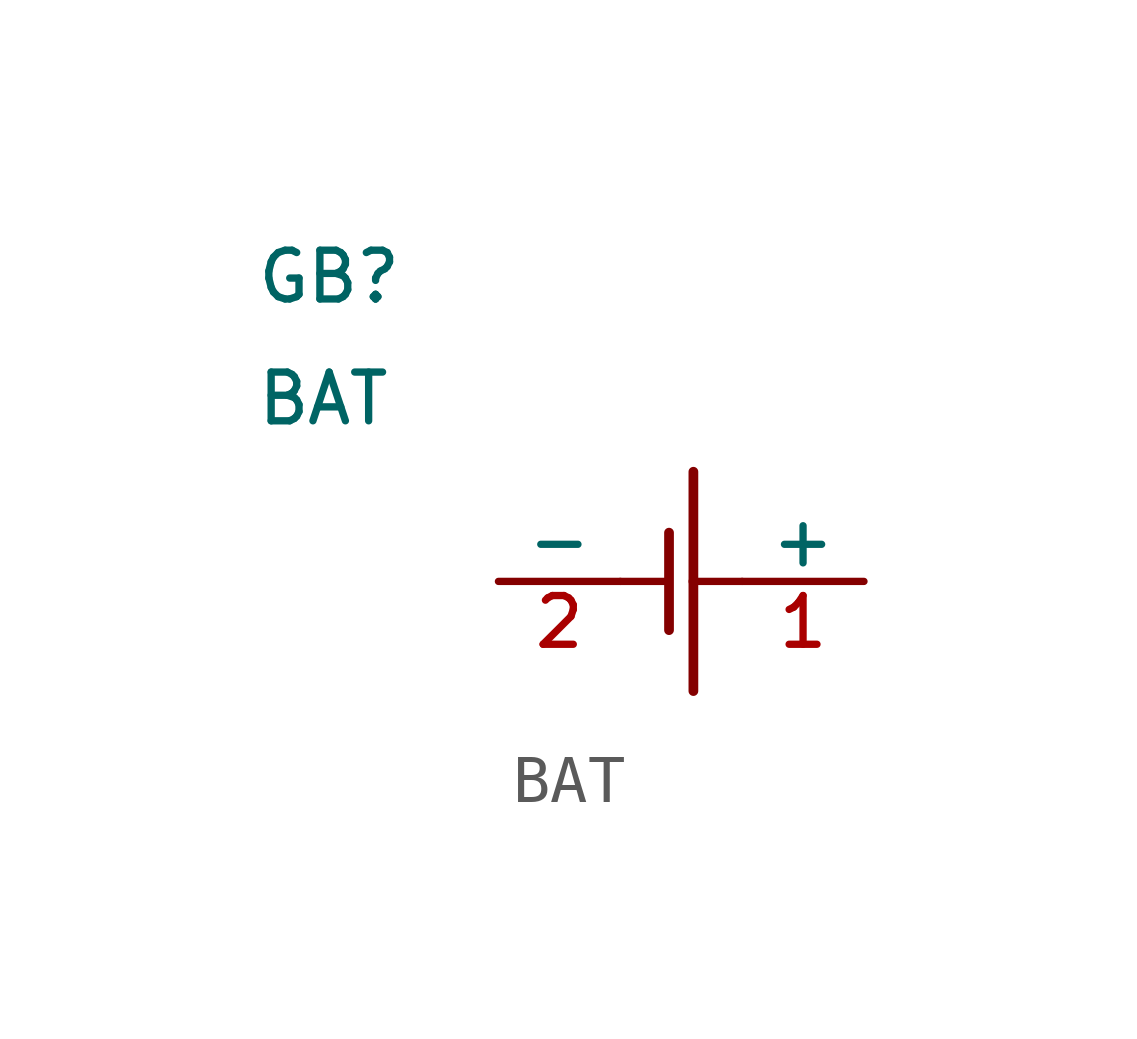
<source format=kicad_sym>
(kicad_symbol_lib
  (version 20241209)
  (generator "kicad_symbol_editor")
  (generator_version "9.0")
  (symbol "BAT"
    (pin_names
      (offset 0))
    (property "Reference" "GB"
      (at -8.89 6.35 0)
      (effects (font (size 1.016 1.016)) (justify left)))
    (property "Value" "BAT"
      (at -8.89 3.81 0)
      (effects (font (size 1.016 1.016)) (justify left)))
    (symbol "BAT_1_0"
      (polyline (pts (xy -0.254 1.016) (xy -0.254 -1.016)) (stroke (width 0.203) (type default)) (fill (type none)))
      (polyline (pts (xy -0.254 0) (xy -1.27 0)) (stroke (width 0) (type default)) (fill (type none)))
      (polyline (pts (xy 0.254 0) (xy 0.254 2.286)) (stroke (width 0.203) (type default)) (fill (type none)))
      (polyline (pts (xy 0.254 0) (xy 1.27 0)) (stroke (width 0) (type default)) (fill (type none)))
      (polyline (pts (xy 0.254 -2.286) (xy 0.254 0)) (stroke (width 0.203) (type default)) (fill (type none))))
    (symbol "BAT_1_1"
      (pin passive line (at -3.81 0 0) (length 2.54) (name "-" (effects (font (size 1.016 1.016)))) (number "2" (effects (font (size 1.016 1.016)))))
      (pin passive line (at 3.81 0 180) (length 2.54) (name "+" (effects (font (size 1.016 1.016)))) (number "1" (effects (font (size 1.016 1.016))))))))
</source>
